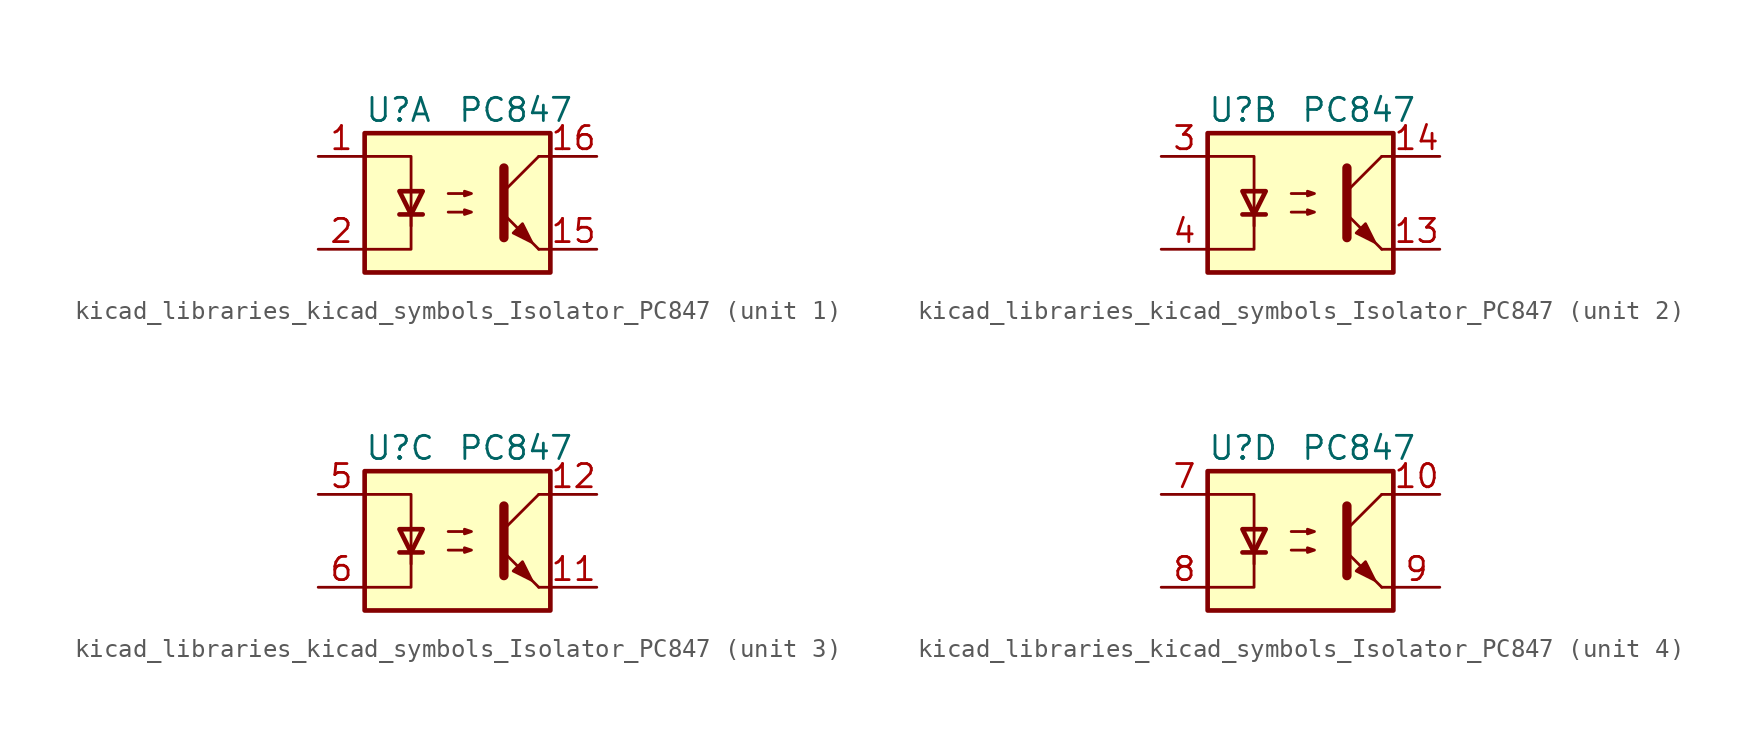
<source format=kicad_sym>
(kicad_symbol_lib
  (version 20220914)
  (generator kicad_symbol_editor)
  (symbol "kicad_libraries_kicad_symbols_Isolator_PC847"
    (pin_names
      (offset 1.016))
    (property "Reference" "U"
      (at -5.08 5.08 0)
      (effects (font (size 1.27 1.27)) (justify left)))
    (property "Value" "PC847"
      (at 0 5.08 0)
      (effects (font (size 1.27 1.27)) (justify left)))
    (symbol "kicad_libraries_kicad_symbols_Isolator_PC847_0_1"
      (rectangle (start -5.08 3.81) (end 5.08 -3.81) (stroke (width 0.254) (type default)) (fill (type background)))
      (polyline (pts (xy -3.175 -0.635) (xy -1.905 -0.635)) (stroke (width 0.254) (type default)) (fill (type none)))
      (polyline (pts (xy 2.54 0.635) (xy 4.445 2.54)) (stroke (width 0) (type default)) (fill (type none)))
      (polyline (pts (xy 4.445 -2.54) (xy 2.54 -0.635)) (stroke (width 0) (type default)) (fill (type outline)))
      (polyline (pts (xy 4.445 -2.54) (xy 5.08 -2.54)) (stroke (width 0) (type default)) (fill (type none)))
      (polyline (pts (xy 4.445 2.54) (xy 5.08 2.54)) (stroke (width 0) (type default)) (fill (type none)))
      (polyline (pts (xy -2.54 -0.635) (xy -2.54 -2.54) (xy -5.08 -2.54)) (stroke (width 0) (type default)) (fill (type none)))
      (polyline (pts (xy 2.54 1.905) (xy 2.54 -1.905) (xy 2.54 -1.905)) (stroke (width 0.508) (type default)) (fill (type none)))
      (polyline (pts (xy -5.08 2.54) (xy -2.54 2.54) (xy -2.54 -1.27) (xy -2.54 0.635)) (stroke (width 0) (type default)) (fill (type none)))
      (polyline (pts (xy -2.54 -0.635) (xy -3.175 0.635) (xy -1.905 0.635) (xy -2.54 -0.635)) (stroke (width 0.254) (type default)) (fill (type none)))
      (polyline (pts (xy -0.508 -0.508) (xy 0.762 -0.508) (xy 0.381 -0.635) (xy 0.381 -0.381) (xy 0.762 -0.508)) (stroke (width 0) (type default)) (fill (type none)))
      (polyline (pts (xy -0.508 0.508) (xy 0.762 0.508) (xy 0.381 0.381) (xy 0.381 0.635) (xy 0.762 0.508)) (stroke (width 0) (type default)) (fill (type none)))
      (polyline (pts (xy 3.048 -1.651) (xy 3.556 -1.143) (xy 4.064 -2.159) (xy 3.048 -1.651) (xy 3.048 -1.651)) (stroke (width 0) (type default)) (fill (type outline))))
    (symbol "kicad_libraries_kicad_symbols_Isolator_PC847_1_1"
      (pin passive line (at -7.62 2.54 0) (length 2.54) (name "~" (effects (font (size 1.27 1.27)))) (number "1" (effects (font (size 1.27 1.27)))))
      (pin passive line (at 7.62 -2.54 180) (length 2.54) (name "~" (effects (font (size 1.27 1.27)))) (number "15" (effects (font (size 1.27 1.27)))))
      (pin passive line (at 7.62 2.54 180) (length 2.54) (name "~" (effects (font (size 1.27 1.27)))) (number "16" (effects (font (size 1.27 1.27)))))
      (pin passive line (at -7.62 -2.54 0) (length 2.54) (name "~" (effects (font (size 1.27 1.27)))) (number "2" (effects (font (size 1.27 1.27))))))
    (symbol "kicad_libraries_kicad_symbols_Isolator_PC847_2_1"
      (pin passive line (at 7.62 -2.54 180) (length 2.54) (name "~" (effects (font (size 1.27 1.27)))) (number "13" (effects (font (size 1.27 1.27)))))
      (pin passive line (at 7.62 2.54 180) (length 2.54) (name "~" (effects (font (size 1.27 1.27)))) (number "14" (effects (font (size 1.27 1.27)))))
      (pin passive line (at -7.62 2.54 0) (length 2.54) (name "~" (effects (font (size 1.27 1.27)))) (number "3" (effects (font (size 1.27 1.27)))))
      (pin passive line (at -7.62 -2.54 0) (length 2.54) (name "~" (effects (font (size 1.27 1.27)))) (number "4" (effects (font (size 1.27 1.27))))))
    (symbol "kicad_libraries_kicad_symbols_Isolator_PC847_3_1"
      (pin passive line (at 7.62 -2.54 180) (length 2.54) (name "~" (effects (font (size 1.27 1.27)))) (number "11" (effects (font (size 1.27 1.27)))))
      (pin passive line (at 7.62 2.54 180) (length 2.54) (name "~" (effects (font (size 1.27 1.27)))) (number "12" (effects (font (size 1.27 1.27)))))
      (pin passive line (at -7.62 2.54 0) (length 2.54) (name "~" (effects (font (size 1.27 1.27)))) (number "5" (effects (font (size 1.27 1.27)))))
      (pin passive line (at -7.62 -2.54 0) (length 2.54) (name "~" (effects (font (size 1.27 1.27)))) (number "6" (effects (font (size 1.27 1.27))))))
    (symbol "kicad_libraries_kicad_symbols_Isolator_PC847_4_1"
      (pin passive line (at 7.62 2.54 180) (length 2.54) (name "~" (effects (font (size 1.27 1.27)))) (number "10" (effects (font (size 1.27 1.27)))))
      (pin passive line (at -7.62 2.54 0) (length 2.54) (name "~" (effects (font (size 1.27 1.27)))) (number "7" (effects (font (size 1.27 1.27)))))
      (pin passive line (at -7.62 -2.54 0) (length 2.54) (name "~" (effects (font (size 1.27 1.27)))) (number "8" (effects (font (size 1.27 1.27)))))
      (pin passive line (at 7.62 -2.54 180) (length 2.54) (name "~" (effects (font (size 1.27 1.27)))) (number "9" (effects (font (size 1.27 1.27))))))))
</source>
